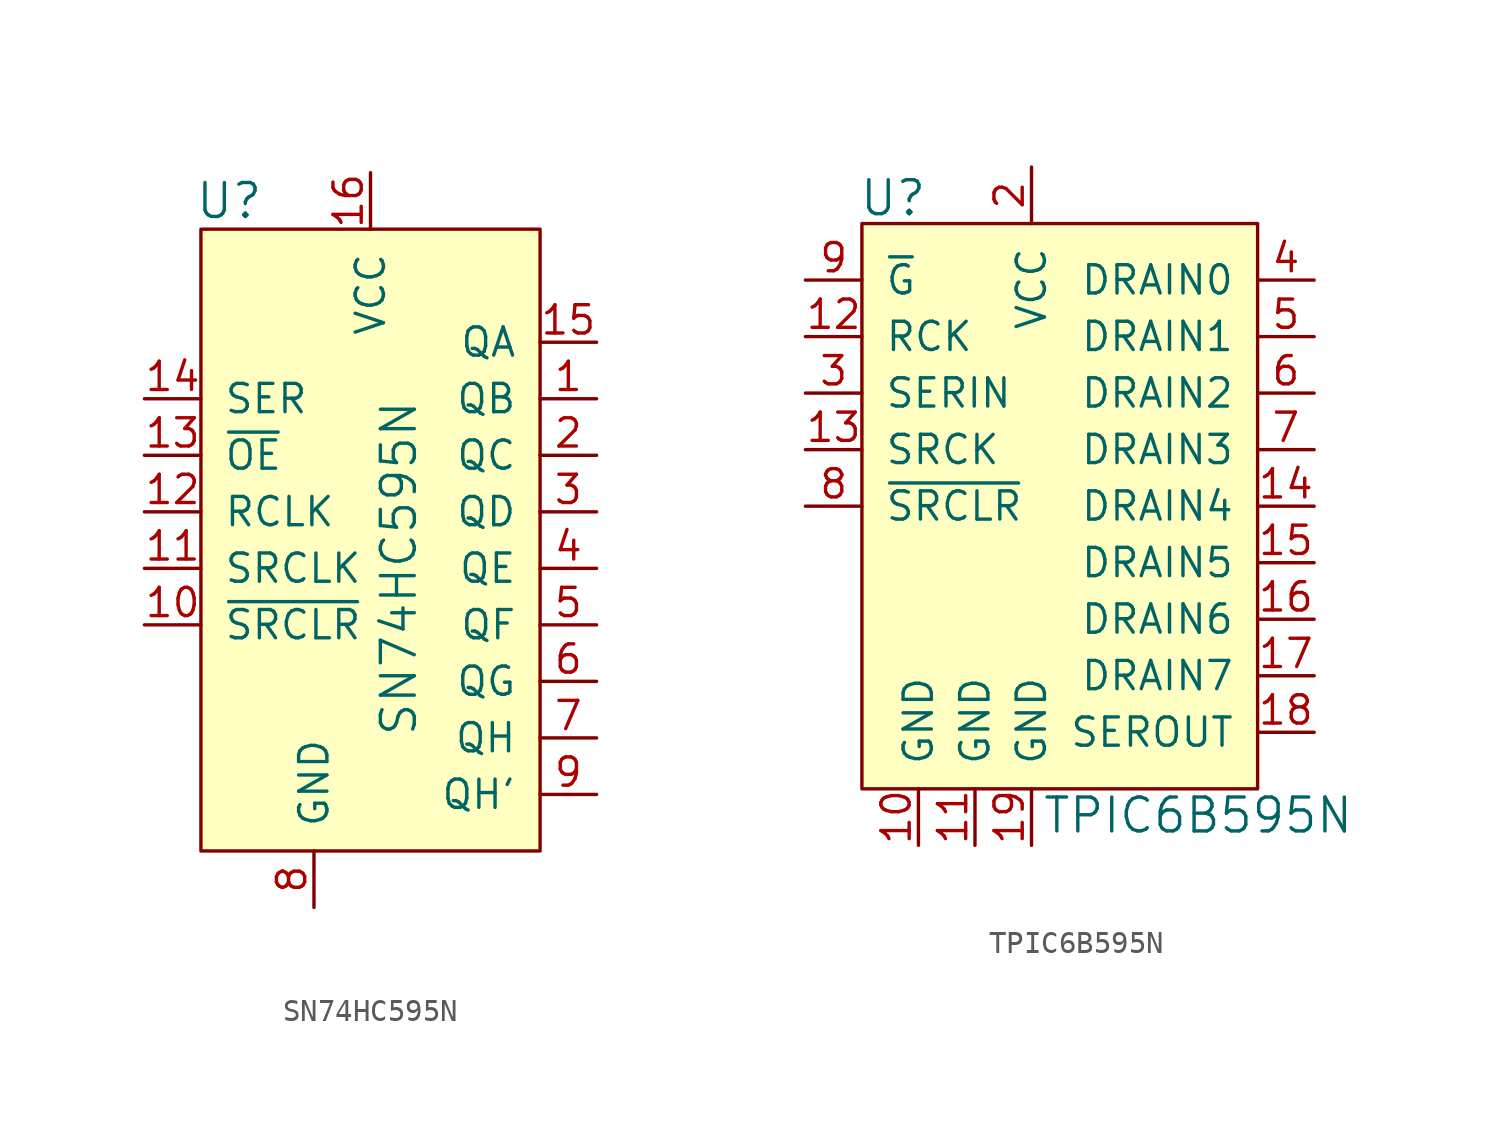
<source format=kicad_sym>
(kicad_symbol_lib
  (version 20231120)
  (generator "kicad_symbol_editor")
  (generator_version "8.0")
  (symbol "SN74HC595N"
    (pin_names
      (offset 1.016))
    (property "Reference" "U"
      (at -11.43 16.51 0)
      (effects (font (size 1.524 1.524))))
    (property "Value" "SN74HC595N"
      (at -3.81 0 90)
      (effects (font (size 1.524 1.524))))
    (symbol "SN74HC595N_0_1"
      (rectangle (start -12.7 15.24) (end 2.54 -12.7) (stroke (width 0) (type default)) (fill (type background))))
    (symbol "SN74HC595N_1_1"
      (pin output line (at 5.08 7.62 180) (length 2.54) (name "QB" (effects (font (size 1.27 1.27)))) (number "1" (effects (font (size 1.27 1.27)))))
      (pin input line (at -15.24 -2.54 0) (length 2.54) (name "~{SRCLR}" (effects (font (size 1.27 1.27)))) (number "10" (effects (font (size 1.27 1.27)))))
      (pin input line (at -15.24 0 0) (length 2.54) (name "SRCLK" (effects (font (size 1.27 1.27)))) (number "11" (effects (font (size 1.27 1.27)))))
      (pin input line (at -15.24 2.54 0) (length 2.54) (name "RCLK" (effects (font (size 1.27 1.27)))) (number "12" (effects (font (size 1.27 1.27)))))
      (pin input line (at -15.24 5.08 0) (length 2.54) (name "~{OE}" (effects (font (size 1.27 1.27)))) (number "13" (effects (font (size 1.27 1.27)))))
      (pin input line (at -15.24 7.62 0) (length 2.54) (name "SER" (effects (font (size 1.27 1.27)))) (number "14" (effects (font (size 1.27 1.27)))))
      (pin output line (at 5.08 10.16 180) (length 2.54) (name "QA" (effects (font (size 1.27 1.27)))) (number "15" (effects (font (size 1.27 1.27)))))
      (pin power_in line (at -5.08 17.78 270) (length 2.54) (name "VCC" (effects (font (size 1.27 1.27)))) (number "16" (effects (font (size 1.27 1.27)))))
      (pin output line (at 5.08 5.08 180) (length 2.54) (name "QC" (effects (font (size 1.27 1.27)))) (number "2" (effects (font (size 1.27 1.27)))))
      (pin output line (at 5.08 2.54 180) (length 2.54) (name "QD" (effects (font (size 1.27 1.27)))) (number "3" (effects (font (size 1.27 1.27)))))
      (pin output line (at 5.08 0 180) (length 2.54) (name "QE" (effects (font (size 1.27 1.27)))) (number "4" (effects (font (size 1.27 1.27)))))
      (pin output line (at 5.08 -2.54 180) (length 2.54) (name "QF" (effects (font (size 1.27 1.27)))) (number "5" (effects (font (size 1.27 1.27)))))
      (pin output line (at 5.08 -5.08 180) (length 2.54) (name "QG" (effects (font (size 1.27 1.27)))) (number "6" (effects (font (size 1.27 1.27)))))
      (pin output line (at 5.08 -7.62 180) (length 2.54) (name "QH" (effects (font (size 1.27 1.27)))) (number "7" (effects (font (size 1.27 1.27)))))
      (pin power_in line (at -7.62 -15.24 90) (length 2.54) (name "GND" (effects (font (size 1.27 1.27)))) (number "8" (effects (font (size 1.27 1.27)))))
      (pin output line (at 5.08 -10.16 180) (length 2.54) (name "QH'" (effects (font (size 1.27 1.27)))) (number "9" (effects (font (size 1.27 1.27)))))))
  (symbol "TPIC6B595N"
    (pin_names
      (offset 1.016))
    (property "Reference" "U"
      (at -7.772 1.143 0)
      (effects (font (size 1.524 1.524)) (justify left)))
    (property "Value" "TPIC6B595N"
      (at 0.457 -26.594 0)
      (effects (font (size 1.524 1.524)) (justify left)))
    (symbol "TPIC6B595N_0_1"
      (rectangle (start -7.62 0) (end 10.16 -25.4) (stroke (width 0) (type default)) (fill (type background))))
    (symbol "TPIC6B595N_1_1"
      (pin no_connect line (at -7.62 -15.24 0) (length 2.54) hide (name "NC" (effects (font (size 1.27 1.27)))) (number "1" (effects (font (size 1.27 1.27)))))
      (pin power_in line (at -5.08 -27.94 90) (length 2.54) (name "GND" (effects (font (size 1.27 1.27)))) (number "10" (effects (font (size 1.27 1.27)))))
      (pin power_in line (at -2.54 -27.94 90) (length 2.54) (name "GND" (effects (font (size 1.27 1.27)))) (number "11" (effects (font (size 1.27 1.27)))))
      (pin input line (at -10.16 -5.08 0) (length 2.54) (name "RCK" (effects (font (size 1.27 1.27)))) (number "12" (effects (font (size 1.27 1.27)))))
      (pin input line (at -10.16 -10.16 0) (length 2.54) (name "SRCK" (effects (font (size 1.27 1.27)))) (number "13" (effects (font (size 1.27 1.27)))))
      (pin output line (at 12.7 -12.7 180) (length 2.54) (name "DRAIN4" (effects (font (size 1.27 1.27)))) (number "14" (effects (font (size 1.27 1.27)))))
      (pin output line (at 12.7 -15.24 180) (length 2.54) (name "DRAIN5" (effects (font (size 1.27 1.27)))) (number "15" (effects (font (size 1.27 1.27)))))
      (pin output line (at 12.7 -17.78 180) (length 2.54) (name "DRAIN6" (effects (font (size 1.27 1.27)))) (number "16" (effects (font (size 1.27 1.27)))))
      (pin output line (at 12.7 -20.32 180) (length 2.54) (name "DRAIN7" (effects (font (size 1.27 1.27)))) (number "17" (effects (font (size 1.27 1.27)))))
      (pin output line (at 12.7 -22.86 180) (length 2.54) (name "SEROUT" (effects (font (size 1.27 1.27)))) (number "18" (effects (font (size 1.27 1.27)))))
      (pin power_in line (at 0 -27.94 90) (length 2.54) (name "GND" (effects (font (size 1.27 1.27)))) (number "19" (effects (font (size 1.27 1.27)))))
      (pin power_in line (at 0 2.54 270) (length 2.54) (name "VCC" (effects (font (size 1.27 1.27)))) (number "2" (effects (font (size 1.27 1.27)))))
      (pin no_connect line (at -7.62 -17.78 0) (length 2.54) hide (name "NC" (effects (font (size 1.27 1.27)))) (number "20" (effects (font (size 1.27 1.27)))))
      (pin input line (at -10.16 -7.62 0) (length 2.54) (name "SERIN" (effects (font (size 1.27 1.27)))) (number "3" (effects (font (size 1.27 1.27)))))
      (pin output line (at 12.7 -2.54 180) (length 2.54) (name "DRAIN0" (effects (font (size 1.27 1.27)))) (number "4" (effects (font (size 1.27 1.27)))))
      (pin output line (at 12.7 -5.08 180) (length 2.54) (name "DRAIN1" (effects (font (size 1.27 1.27)))) (number "5" (effects (font (size 1.27 1.27)))))
      (pin output line (at 12.7 -7.62 180) (length 2.54) (name "DRAIN2" (effects (font (size 1.27 1.27)))) (number "6" (effects (font (size 1.27 1.27)))))
      (pin output line (at 12.7 -10.16 180) (length 2.54) (name "DRAIN3" (effects (font (size 1.27 1.27)))) (number "7" (effects (font (size 1.27 1.27)))))
      (pin input line (at -10.16 -12.7 0) (length 2.54) (name "~{SRCLR}" (effects (font (size 1.27 1.27)))) (number "8" (effects (font (size 1.27 1.27)))))
      (pin input line (at -10.16 -2.54 0) (length 2.54) (name "~{G}" (effects (font (size 1.27 1.27)))) (number "9" (effects (font (size 1.27 1.27))))))))
</source>
